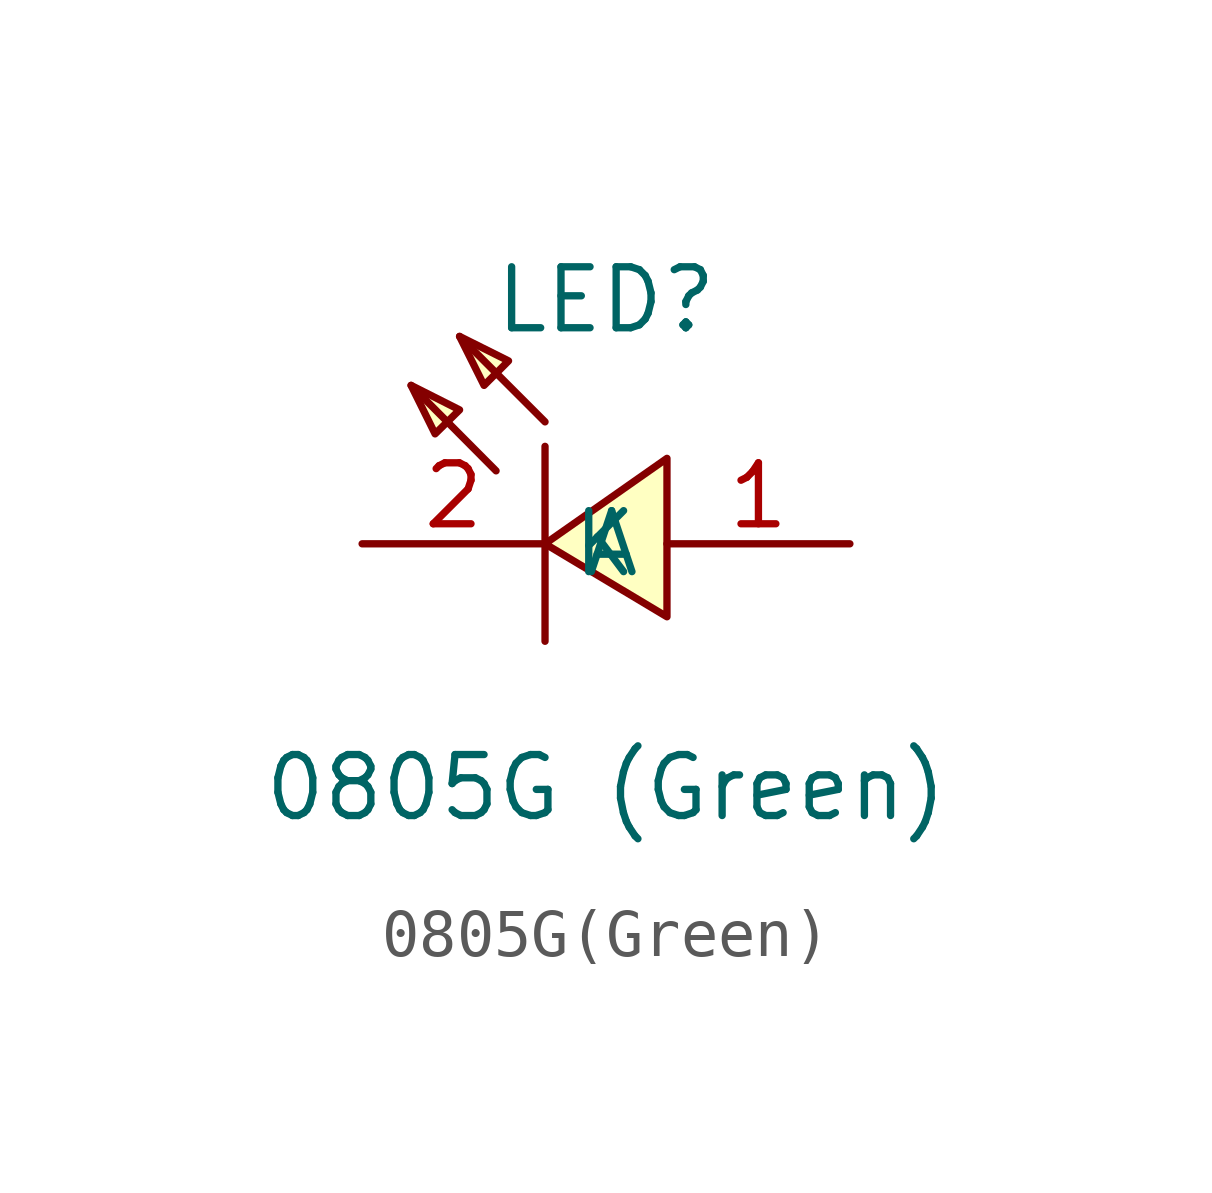
<source format=kicad_sym>
(kicad_symbol_lib
  (version 20211014)
  (generator https://github.com/uPesy/easyeda2kicad.py)
  (symbol "0805G(Green)"
    (property "Reference" "LED"
      (at 0 5.08 0)
      (effects (font (size 1.27 1.27))))
    (property "Value" "0805G (Green)"
      (at 0 -5.08 0)
      (effects (font (size 1.27 1.27))))
    (symbol "0805G(Green)_0_1"
      (polyline (pts (xy -4.06 3.30) (xy -3.05 2.79) (xy -3.56 2.29) (xy -4.06 3.30)) (stroke (width 0) (type default) (color 0 0 0 0)) (fill (type background)))
      (polyline (pts (xy -3.05 4.32) (xy -2.03 3.81) (xy -2.54 3.30) (xy -3.05 4.32)) (stroke (width 0) (type default) (color 0 0 0 0)) (fill (type background)))
      (polyline (pts (xy 1.27 -1.52) (xy -1.27 -0.00) (xy 1.27 1.78) (xy 1.27 -1.52)) (stroke (width 0) (type default) (color 0 0 0 0)) (fill (type background)))
      (polyline (pts (xy -2.29 1.52) (xy -4.06 3.30)) (stroke (width 0) (type default) (color 0 0 0 0)) (fill (type none)))
      (polyline (pts (xy -1.27 2.54) (xy -3.05 4.32)) (stroke (width 0) (type default) (color 0 0 0 0)) (fill (type none)))
      (polyline (pts (xy -1.27 2.03) (xy -1.27 -2.03)) (stroke (width 0) (type default) (color 0 0 0 0)) (fill (type none)))
      (pin unspecified line (at -5.08 -0.00 0) (length 3.81) (name "K" (effects (font (size 1.27 1.27)))) (number "2" (effects (font (size 1.27 1.27)))))
      (pin unspecified line (at 5.08 -0.00 180) (length 3.81) (name "A" (effects (font (size 1.27 1.27)))) (number "1" (effects (font (size 1.27 1.27))))))))
</source>
